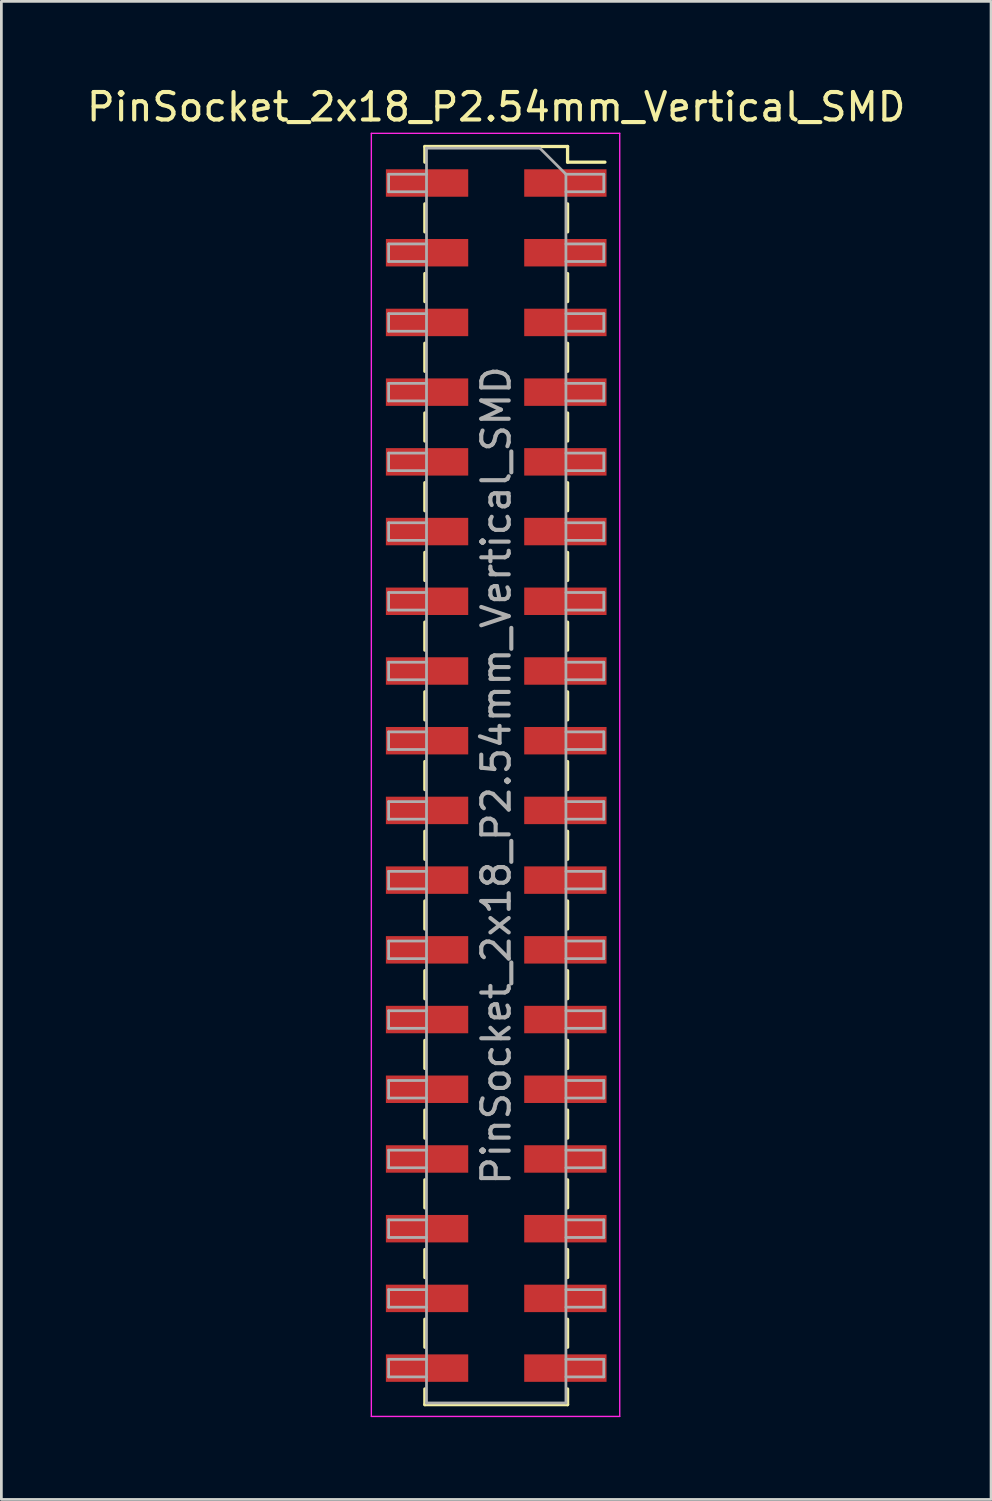
<source format=kicad_pcb>
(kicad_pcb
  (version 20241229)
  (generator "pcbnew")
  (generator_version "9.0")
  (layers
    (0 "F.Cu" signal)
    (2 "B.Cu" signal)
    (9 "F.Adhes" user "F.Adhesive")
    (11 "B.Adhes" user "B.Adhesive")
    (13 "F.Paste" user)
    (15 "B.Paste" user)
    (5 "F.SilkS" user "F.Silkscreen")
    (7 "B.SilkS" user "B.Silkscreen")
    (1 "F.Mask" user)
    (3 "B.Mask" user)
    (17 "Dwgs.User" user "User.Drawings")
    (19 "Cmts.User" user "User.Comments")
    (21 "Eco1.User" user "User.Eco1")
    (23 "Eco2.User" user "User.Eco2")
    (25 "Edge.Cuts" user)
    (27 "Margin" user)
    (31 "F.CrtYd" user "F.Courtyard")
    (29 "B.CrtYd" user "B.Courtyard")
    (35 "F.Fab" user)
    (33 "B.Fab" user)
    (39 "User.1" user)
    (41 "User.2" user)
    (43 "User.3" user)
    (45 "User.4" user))
  (footprint "PinSocket_2x18_P2.54mm_Vertical_SMD"
    (layer "F.Cu")
    (at 15.03 25.208)
    (property "Reference" "PinSocket_2x18_P2.54mm_Vertical_SMD" (at 0 -24.36 0) (layer "F.SilkS") (effects (font (size 1 1) (thickness 0.15))))
    (attr smd)
    (fp_line (start -2.6 -22.92) (end -2.6 -22.35) (stroke (width 0.12) (type solid)) (layer "F.SilkS"))
    (fp_line (start -2.6 -22.92) (end 2.6 -22.92) (stroke (width 0.12) (type solid)) (layer "F.SilkS"))
    (fp_line (start -2.6 -20.83) (end -2.6 -19.81) (stroke (width 0.12) (type solid)) (layer "F.SilkS"))
    (fp_line (start -2.6 -18.29) (end -2.6 -17.27) (stroke (width 0.12) (type solid)) (layer "F.SilkS"))
    (fp_line (start -2.6 -15.75) (end -2.6 -14.73) (stroke (width 0.12) (type solid)) (layer "F.SilkS"))
    (fp_line (start -2.6 -13.21) (end -2.6 -12.19) (stroke (width 0.12) (type solid)) (layer "F.SilkS"))
    (fp_line (start -2.6 -10.67) (end -2.6 -9.65) (stroke (width 0.12) (type solid)) (layer "F.SilkS"))
    (fp_line (start -2.6 -8.13) (end -2.6 -7.11) (stroke (width 0.12) (type solid)) (layer "F.SilkS"))
    (fp_line (start -2.6 -5.59) (end -2.6 -4.57) (stroke (width 0.12) (type solid)) (layer "F.SilkS"))
    (fp_line (start -2.6 -3.05) (end -2.6 -2.03) (stroke (width 0.12) (type solid)) (layer "F.SilkS"))
    (fp_line (start -2.6 -0.51) (end -2.6 0.51) (stroke (width 0.12) (type solid)) (layer "F.SilkS"))
    (fp_line (start -2.6 2.03) (end -2.6 3.05) (stroke (width 0.12) (type solid)) (layer "F.SilkS"))
    (fp_line (start -2.6 4.57) (end -2.6 5.59) (stroke (width 0.12) (type solid)) (layer "F.SilkS"))
    (fp_line (start -2.6 7.11) (end -2.6 8.13) (stroke (width 0.12) (type solid)) (layer "F.SilkS"))
    (fp_line (start -2.6 9.65) (end -2.6 10.67) (stroke (width 0.12) (type solid)) (layer "F.SilkS"))
    (fp_line (start -2.6 12.19) (end -2.6 13.21) (stroke (width 0.12) (type solid)) (layer "F.SilkS"))
    (fp_line (start -2.6 14.73) (end -2.6 15.75) (stroke (width 0.12) (type solid)) (layer "F.SilkS"))
    (fp_line (start -2.6 17.27) (end -2.6 18.29) (stroke (width 0.12) (type solid)) (layer "F.SilkS"))
    (fp_line (start -2.6 19.81) (end -2.6 20.83) (stroke (width 0.12) (type solid)) (layer "F.SilkS"))
    (fp_line (start -2.6 22.35) (end -2.6 22.92) (stroke (width 0.12) (type solid)) (layer "F.SilkS"))
    (fp_line (start -2.6 22.92) (end 2.6 22.92) (stroke (width 0.12) (type solid)) (layer "F.SilkS"))
    (fp_line (start 2.6 -22.92) (end 2.6 -22.35) (stroke (width 0.12) (type solid)) (layer "F.SilkS"))
    (fp_line (start 2.6 -22.35) (end 3.96 -22.35) (stroke (width 0.12) (type solid)) (layer "F.SilkS"))
    (fp_line (start 2.6 -20.83) (end 2.6 -19.81) (stroke (width 0.12) (type solid)) (layer "F.SilkS"))
    (fp_line (start 2.6 -18.29) (end 2.6 -17.27) (stroke (width 0.12) (type solid)) (layer "F.SilkS"))
    (fp_line (start 2.6 -15.75) (end 2.6 -14.73) (stroke (width 0.12) (type solid)) (layer "F.SilkS"))
    (fp_line (start 2.6 -13.21) (end 2.6 -12.19) (stroke (width 0.12) (type solid)) (layer "F.SilkS"))
    (fp_line (start 2.6 -10.67) (end 2.6 -9.65) (stroke (width 0.12) (type solid)) (layer "F.SilkS"))
    (fp_line (start 2.6 -8.13) (end 2.6 -7.11) (stroke (width 0.12) (type solid)) (layer "F.SilkS"))
    (fp_line (start 2.6 -5.59) (end 2.6 -4.57) (stroke (width 0.12) (type solid)) (layer "F.SilkS"))
    (fp_line (start 2.6 -3.05) (end 2.6 -2.03) (stroke (width 0.12) (type solid)) (layer "F.SilkS"))
    (fp_line (start 2.6 -0.51) (end 2.6 0.51) (stroke (width 0.12) (type solid)) (layer "F.SilkS"))
    (fp_line (start 2.6 2.03) (end 2.6 3.05) (stroke (width 0.12) (type solid)) (layer "F.SilkS"))
    (fp_line (start 2.6 4.57) (end 2.6 5.59) (stroke (width 0.12) (type solid)) (layer "F.SilkS"))
    (fp_line (start 2.6 7.11) (end 2.6 8.13) (stroke (width 0.12) (type solid)) (layer "F.SilkS"))
    (fp_line (start 2.6 9.65) (end 2.6 10.67) (stroke (width 0.12) (type solid)) (layer "F.SilkS"))
    (fp_line (start 2.6 12.19) (end 2.6 13.21) (stroke (width 0.12) (type solid)) (layer "F.SilkS"))
    (fp_line (start 2.6 14.73) (end 2.6 15.75) (stroke (width 0.12) (type solid)) (layer "F.SilkS"))
    (fp_line (start 2.6 17.27) (end 2.6 18.29) (stroke (width 0.12) (type solid)) (layer "F.SilkS"))
    (fp_line (start 2.6 19.81) (end 2.6 20.83) (stroke (width 0.12) (type solid)) (layer "F.SilkS"))
    (fp_line (start 2.6 22.35) (end 2.6 22.92) (stroke (width 0.12) (type solid)) (layer "F.SilkS"))
    (fp_line (start -4.55 -23.4) (end 4.5 -23.4) (stroke (width 0.05) (type solid)) (layer "F.CrtYd"))
    (fp_line (start -4.55 23.35) (end -4.55 -23.4) (stroke (width 0.05) (type solid)) (layer "F.CrtYd"))
    (fp_line (start 4.5 -23.4) (end 4.5 23.35) (stroke (width 0.05) (type solid)) (layer "F.CrtYd"))
    (fp_line (start 4.5 23.35) (end -4.55 23.35) (stroke (width 0.05) (type solid)) (layer "F.CrtYd"))
    (fp_line (start -3.92 -21.91) (end -2.54 -21.91) (stroke (width 0.1) (type solid)) (layer "F.Fab"))
    (fp_line (start -3.92 -21.27) (end -3.92 -21.91) (stroke (width 0.1) (type solid)) (layer "F.Fab"))
    (fp_line (start -3.92 -19.37) (end -2.54 -19.37) (stroke (width 0.1) (type solid)) (layer "F.Fab"))
    (fp_line (start -3.92 -18.73) (end -3.92 -19.37) (stroke (width 0.1) (type solid)) (layer "F.Fab"))
    (fp_line (start -3.92 -16.83) (end -2.54 -16.83) (stroke (width 0.1) (type solid)) (layer "F.Fab"))
    (fp_line (start -3.92 -16.19) (end -3.92 -16.83) (stroke (width 0.1) (type solid)) (layer "F.Fab"))
    (fp_line (start -3.92 -14.29) (end -2.54 -14.29) (stroke (width 0.1) (type solid)) (layer "F.Fab"))
    (fp_line (start -3.92 -13.65) (end -3.92 -14.29) (stroke (width 0.1) (type solid)) (layer "F.Fab"))
    (fp_line (start -3.92 -11.75) (end -2.54 -11.75) (stroke (width 0.1) (type solid)) (layer "F.Fab"))
    (fp_line (start -3.92 -11.11) (end -3.92 -11.75) (stroke (width 0.1) (type solid)) (layer "F.Fab"))
    (fp_line (start -3.92 -9.21) (end -2.54 -9.21) (stroke (width 0.1) (type solid)) (layer "F.Fab"))
    (fp_line (start -3.92 -8.57) (end -3.92 -9.21) (stroke (width 0.1) (type solid)) (layer "F.Fab"))
    (fp_line (start -3.92 -6.67) (end -2.54 -6.67) (stroke (width 0.1) (type solid)) (layer "F.Fab"))
    (fp_line (start -3.92 -6.03) (end -3.92 -6.67) (stroke (width 0.1) (type solid)) (layer "F.Fab"))
    (fp_line (start -3.92 -4.13) (end -2.54 -4.13) (stroke (width 0.1) (type solid)) (layer "F.Fab"))
    (fp_line (start -3.92 -3.49) (end -3.92 -4.13) (stroke (width 0.1) (type solid)) (layer "F.Fab"))
    (fp_line (start -3.92 -1.59) (end -2.54 -1.59) (stroke (width 0.1) (type solid)) (layer "F.Fab"))
    (fp_line (start -3.92 -0.95) (end -3.92 -1.59) (stroke (width 0.1) (type solid)) (layer "F.Fab"))
    (fp_line (start -3.92 0.95) (end -2.54 0.95) (stroke (width 0.1) (type solid)) (layer "F.Fab"))
    (fp_line (start -3.92 1.59) (end -3.92 0.95) (stroke (width 0.1) (type solid)) (layer "F.Fab"))
    (fp_line (start -3.92 3.49) (end -2.54 3.49) (stroke (width 0.1) (type solid)) (layer "F.Fab"))
    (fp_line (start -3.92 4.13) (end -3.92 3.49) (stroke (width 0.1) (type solid)) (layer "F.Fab"))
    (fp_line (start -3.92 6.03) (end -2.54 6.03) (stroke (width 0.1) (type solid)) (layer "F.Fab"))
    (fp_line (start -3.92 6.67) (end -3.92 6.03) (stroke (width 0.1) (type solid)) (layer "F.Fab"))
    (fp_line (start -3.92 8.57) (end -2.54 8.57) (stroke (width 0.1) (type solid)) (layer "F.Fab"))
    (fp_line (start -3.92 9.21) (end -3.92 8.57) (stroke (width 0.1) (type solid)) (layer "F.Fab"))
    (fp_line (start -3.92 11.11) (end -2.54 11.11) (stroke (width 0.1) (type solid)) (layer "F.Fab"))
    (fp_line (start -3.92 11.75) (end -3.92 11.11) (stroke (width 0.1) (type solid)) (layer "F.Fab"))
    (fp_line (start -3.92 13.65) (end -2.54 13.65) (stroke (width 0.1) (type solid)) (layer "F.Fab"))
    (fp_line (start -3.92 14.29) (end -3.92 13.65) (stroke (width 0.1) (type solid)) (layer "F.Fab"))
    (fp_line (start -3.92 16.19) (end -2.54 16.19) (stroke (width 0.1) (type solid)) (layer "F.Fab"))
    (fp_line (start -3.92 16.83) (end -3.92 16.19) (stroke (width 0.1) (type solid)) (layer "F.Fab"))
    (fp_line (start -3.92 18.73) (end -2.54 18.73) (stroke (width 0.1) (type solid)) (layer "F.Fab"))
    (fp_line (start -3.92 19.37) (end -3.92 18.73) (stroke (width 0.1) (type solid)) (layer "F.Fab"))
    (fp_line (start -3.92 21.27) (end -2.54 21.27) (stroke (width 0.1) (type solid)) (layer "F.Fab"))
    (fp_line (start -3.92 21.91) (end -3.92 21.27) (stroke (width 0.1) (type solid)) (layer "F.Fab"))
    (fp_line (start -2.54 -22.86) (end 1.59 -22.86) (stroke (width 0.1) (type solid)) (layer "F.Fab"))
    (fp_line (start -2.54 -21.27) (end -3.92 -21.27) (stroke (width 0.1) (type solid)) (layer "F.Fab"))
    (fp_line (start -2.54 -18.73) (end -3.92 -18.73) (stroke (width 0.1) (type solid)) (layer "F.Fab"))
    (fp_line (start -2.54 -16.19) (end -3.92 -16.19) (stroke (width 0.1) (type solid)) (layer "F.Fab"))
    (fp_line (start -2.54 -13.65) (end -3.92 -13.65) (stroke (width 0.1) (type solid)) (layer "F.Fab"))
    (fp_line (start -2.54 -11.11) (end -3.92 -11.11) (stroke (width 0.1) (type solid)) (layer "F.Fab"))
    (fp_line (start -2.54 -8.57) (end -3.92 -8.57) (stroke (width 0.1) (type solid)) (layer "F.Fab"))
    (fp_line (start -2.54 -6.03) (end -3.92 -6.03) (stroke (width 0.1) (type solid)) (layer "F.Fab"))
    (fp_line (start -2.54 -3.49) (end -3.92 -3.49) (stroke (width 0.1) (type solid)) (layer "F.Fab"))
    (fp_line (start -2.54 -0.95) (end -3.92 -0.95) (stroke (width 0.1) (type solid)) (layer "F.Fab"))
    (fp_line (start -2.54 1.59) (end -3.92 1.59) (stroke (width 0.1) (type solid)) (layer "F.Fab"))
    (fp_line (start -2.54 4.13) (end -3.92 4.13) (stroke (width 0.1) (type solid)) (layer "F.Fab"))
    (fp_line (start -2.54 6.67) (end -3.92 6.67) (stroke (width 0.1) (type solid)) (layer "F.Fab"))
    (fp_line (start -2.54 9.21) (end -3.92 9.21) (stroke (width 0.1) (type solid)) (layer "F.Fab"))
    (fp_line (start -2.54 11.75) (end -3.92 11.75) (stroke (width 0.1) (type solid)) (layer "F.Fab"))
    (fp_line (start -2.54 14.29) (end -3.92 14.29) (stroke (width 0.1) (type solid)) (layer "F.Fab"))
    (fp_line (start -2.54 16.83) (end -3.92 16.83) (stroke (width 0.1) (type solid)) (layer "F.Fab"))
    (fp_line (start -2.54 19.37) (end -3.92 19.37) (stroke (width 0.1) (type solid)) (layer "F.Fab"))
    (fp_line (start -2.54 21.91) (end -3.92 21.91) (stroke (width 0.1) (type solid)) (layer "F.Fab"))
    (fp_line (start -2.54 22.86) (end -2.54 -22.86) (stroke (width 0.1) (type solid)) (layer "F.Fab"))
    (fp_line (start 1.59 -22.86) (end 2.54 -21.91) (stroke (width 0.1) (type solid)) (layer "F.Fab"))
    (fp_line (start 2.54 -21.91) (end 2.54 22.86) (stroke (width 0.1) (type solid)) (layer "F.Fab"))
    (fp_line (start 2.54 -21.91) (end 3.92 -21.91) (stroke (width 0.1) (type solid)) (layer "F.Fab"))
    (fp_line (start 2.54 -19.37) (end 3.92 -19.37) (stroke (width 0.1) (type solid)) (layer "F.Fab"))
    (fp_line (start 2.54 -16.83) (end 3.92 -16.83) (stroke (width 0.1) (type solid)) (layer "F.Fab"))
    (fp_line (start 2.54 -14.29) (end 3.92 -14.29) (stroke (width 0.1) (type solid)) (layer "F.Fab"))
    (fp_line (start 2.54 -11.75) (end 3.92 -11.75) (stroke (width 0.1) (type solid)) (layer "F.Fab"))
    (fp_line (start 2.54 -9.21) (end 3.92 -9.21) (stroke (width 0.1) (type solid)) (layer "F.Fab"))
    (fp_line (start 2.54 -6.67) (end 3.92 -6.67) (stroke (width 0.1) (type solid)) (layer "F.Fab"))
    (fp_line (start 2.54 -4.13) (end 3.92 -4.13) (stroke (width 0.1) (type solid)) (layer "F.Fab"))
    (fp_line (start 2.54 -1.59) (end 3.92 -1.59) (stroke (width 0.1) (type solid)) (layer "F.Fab"))
    (fp_line (start 2.54 0.95) (end 3.92 0.95) (stroke (width 0.1) (type solid)) (layer "F.Fab"))
    (fp_line (start 2.54 3.49) (end 3.92 3.49) (stroke (width 0.1) (type solid)) (layer "F.Fab"))
    (fp_line (start 2.54 6.03) (end 3.92 6.03) (stroke (width 0.1) (type solid)) (layer "F.Fab"))
    (fp_line (start 2.54 8.57) (end 3.92 8.57) (stroke (width 0.1) (type solid)) (layer "F.Fab"))
    (fp_line (start 2.54 11.11) (end 3.92 11.11) (stroke (width 0.1) (type solid)) (layer "F.Fab"))
    (fp_line (start 2.54 13.65) (end 3.92 13.65) (stroke (width 0.1) (type solid)) (layer "F.Fab"))
    (fp_line (start 2.54 16.19) (end 3.92 16.19) (stroke (width 0.1) (type solid)) (layer "F.Fab"))
    (fp_line (start 2.54 18.73) (end 3.92 18.73) (stroke (width 0.1) (type solid)) (layer "F.Fab"))
    (fp_line (start 2.54 21.27) (end 3.92 21.27) (stroke (width 0.1) (type solid)) (layer "F.Fab"))
    (fp_line (start 2.54 22.86) (end -2.54 22.86) (stroke (width 0.1) (type solid)) (layer "F.Fab"))
    (fp_line (start 3.92 -21.91) (end 3.92 -21.27) (stroke (width 0.1) (type solid)) (layer "F.Fab"))
    (fp_line (start 3.92 -21.27) (end 2.54 -21.27) (stroke (width 0.1) (type solid)) (layer "F.Fab"))
    (fp_line (start 3.92 -19.37) (end 3.92 -18.73) (stroke (width 0.1) (type solid)) (layer "F.Fab"))
    (fp_line (start 3.92 -18.73) (end 2.54 -18.73) (stroke (width 0.1) (type solid)) (layer "F.Fab"))
    (fp_line (start 3.92 -16.83) (end 3.92 -16.19) (stroke (width 0.1) (type solid)) (layer "F.Fab"))
    (fp_line (start 3.92 -16.19) (end 2.54 -16.19) (stroke (width 0.1) (type solid)) (layer "F.Fab"))
    (fp_line (start 3.92 -14.29) (end 3.92 -13.65) (stroke (width 0.1) (type solid)) (layer "F.Fab"))
    (fp_line (start 3.92 -13.65) (end 2.54 -13.65) (stroke (width 0.1) (type solid)) (layer "F.Fab"))
    (fp_line (start 3.92 -11.75) (end 3.92 -11.11) (stroke (width 0.1) (type solid)) (layer "F.Fab"))
    (fp_line (start 3.92 -11.11) (end 2.54 -11.11) (stroke (width 0.1) (type solid)) (layer "F.Fab"))
    (fp_line (start 3.92 -9.21) (end 3.92 -8.57) (stroke (width 0.1) (type solid)) (layer "F.Fab"))
    (fp_line (start 3.92 -8.57) (end 2.54 -8.57) (stroke (width 0.1) (type solid)) (layer "F.Fab"))
    (fp_line (start 3.92 -6.67) (end 3.92 -6.03) (stroke (width 0.1) (type solid)) (layer "F.Fab"))
    (fp_line (start 3.92 -6.03) (end 2.54 -6.03) (stroke (width 0.1) (type solid)) (layer "F.Fab"))
    (fp_line (start 3.92 -4.13) (end 3.92 -3.49) (stroke (width 0.1) (type solid)) (layer "F.Fab"))
    (fp_line (start 3.92 -3.49) (end 2.54 -3.49) (stroke (width 0.1) (type solid)) (layer "F.Fab"))
    (fp_line (start 3.92 -1.59) (end 3.92 -0.95) (stroke (width 0.1) (type solid)) (layer "F.Fab"))
    (fp_line (start 3.92 -0.95) (end 2.54 -0.95) (stroke (width 0.1) (type solid)) (layer "F.Fab"))
    (fp_line (start 3.92 0.95) (end 3.92 1.59) (stroke (width 0.1) (type solid)) (layer "F.Fab"))
    (fp_line (start 3.92 1.59) (end 2.54 1.59) (stroke (width 0.1) (type solid)) (layer "F.Fab"))
    (fp_line (start 3.92 3.49) (end 3.92 4.13) (stroke (width 0.1) (type solid)) (layer "F.Fab"))
    (fp_line (start 3.92 4.13) (end 2.54 4.13) (stroke (width 0.1) (type solid)) (layer "F.Fab"))
    (fp_line (start 3.92 6.03) (end 3.92 6.67) (stroke (width 0.1) (type solid)) (layer "F.Fab"))
    (fp_line (start 3.92 6.67) (end 2.54 6.67) (stroke (width 0.1) (type solid)) (layer "F.Fab"))
    (fp_line (start 3.92 8.57) (end 3.92 9.21) (stroke (width 0.1) (type solid)) (layer "F.Fab"))
    (fp_line (start 3.92 9.21) (end 2.54 9.21) (stroke (width 0.1) (type solid)) (layer "F.Fab"))
    (fp_line (start 3.92 11.11) (end 3.92 11.75) (stroke (width 0.1) (type solid)) (layer "F.Fab"))
    (fp_line (start 3.92 11.75) (end 2.54 11.75) (stroke (width 0.1) (type solid)) (layer "F.Fab"))
    (fp_line (start 3.92 13.65) (end 3.92 14.29) (stroke (width 0.1) (type solid)) (layer "F.Fab"))
    (fp_line (start 3.92 14.29) (end 2.54 14.29) (stroke (width 0.1) (type solid)) (layer "F.Fab"))
    (fp_line (start 3.92 16.19) (end 3.92 16.83) (stroke (width 0.1) (type solid)) (layer "F.Fab"))
    (fp_line (start 3.92 16.83) (end 2.54 16.83) (stroke (width 0.1) (type solid)) (layer "F.Fab"))
    (fp_line (start 3.92 18.73) (end 3.92 19.37) (stroke (width 0.1) (type solid)) (layer "F.Fab"))
    (fp_line (start 3.92 19.37) (end 2.54 19.37) (stroke (width 0.1) (type solid)) (layer "F.Fab"))
    (fp_line (start 3.92 21.27) (end 3.92 21.91) (stroke (width 0.1) (type solid)) (layer "F.Fab"))
    (fp_line (start 3.92 21.91) (end 2.54 21.91) (stroke (width 0.1) (type solid)) (layer "F.Fab"))
    (fp_text user "${REFERENCE}" (at 0 0 90) (layer "F.Fab") (effects (font (size 1 1) (thickness 0.15))))
    (pad "1" smd rect (at 2.52 -21.59) (size 3 1) (layers "F.Cu" "F.Mask" "F.Paste"))
    (pad "2" smd rect (at -2.52 -21.59) (size 3 1) (layers "F.Cu" "F.Mask" "F.Paste"))
    (pad "3" smd rect (at 2.52 -19.05) (size 3 1) (layers "F.Cu" "F.Mask" "F.Paste"))
    (pad "4" smd rect (at -2.52 -19.05) (size 3 1) (layers "F.Cu" "F.Mask" "F.Paste"))
    (pad "5" smd rect (at 2.52 -16.51) (size 3 1) (layers "F.Cu" "F.Mask" "F.Paste"))
    (pad "6" smd rect (at -2.52 -16.51) (size 3 1) (layers "F.Cu" "F.Mask" "F.Paste"))
    (pad "7" smd rect (at 2.52 -13.97) (size 3 1) (layers "F.Cu" "F.Mask" "F.Paste"))
    (pad "8" smd rect (at -2.52 -13.97) (size 3 1) (layers "F.Cu" "F.Mask" "F.Paste"))
    (pad "9" smd rect (at 2.52 -11.43) (size 3 1) (layers "F.Cu" "F.Mask" "F.Paste"))
    (pad "10" smd rect (at -2.52 -11.43) (size 3 1) (layers "F.Cu" "F.Mask" "F.Paste"))
    (pad "11" smd rect (at 2.52 -8.89) (size 3 1) (layers "F.Cu" "F.Mask" "F.Paste"))
    (pad "12" smd rect (at -2.52 -8.89) (size 3 1) (layers "F.Cu" "F.Mask" "F.Paste"))
    (pad "13" smd rect (at 2.52 -6.35) (size 3 1) (layers "F.Cu" "F.Mask" "F.Paste"))
    (pad "14" smd rect (at -2.52 -6.35) (size 3 1) (layers "F.Cu" "F.Mask" "F.Paste"))
    (pad "15" smd rect (at 2.52 -3.81) (size 3 1) (layers "F.Cu" "F.Mask" "F.Paste"))
    (pad "16" smd rect (at -2.52 -3.81) (size 3 1) (layers "F.Cu" "F.Mask" "F.Paste"))
    (pad "17" smd rect (at 2.52 -1.27) (size 3 1) (layers "F.Cu" "F.Mask" "F.Paste"))
    (pad "18" smd rect (at -2.52 -1.27) (size 3 1) (layers "F.Cu" "F.Mask" "F.Paste"))
    (pad "19" smd rect (at 2.52 1.27) (size 3 1) (layers "F.Cu" "F.Mask" "F.Paste"))
    (pad "20" smd rect (at -2.52 1.27) (size 3 1) (layers "F.Cu" "F.Mask" "F.Paste"))
    (pad "21" smd rect (at 2.52 3.81) (size 3 1) (layers "F.Cu" "F.Mask" "F.Paste"))
    (pad "22" smd rect (at -2.52 3.81) (size 3 1) (layers "F.Cu" "F.Mask" "F.Paste"))
    (pad "23" smd rect (at 2.52 6.35) (size 3 1) (layers "F.Cu" "F.Mask" "F.Paste"))
    (pad "24" smd rect (at -2.52 6.35) (size 3 1) (layers "F.Cu" "F.Mask" "F.Paste"))
    (pad "25" smd rect (at 2.52 8.89) (size 3 1) (layers "F.Cu" "F.Mask" "F.Paste"))
    (pad "26" smd rect (at -2.52 8.89) (size 3 1) (layers "F.Cu" "F.Mask" "F.Paste"))
    (pad "27" smd rect (at 2.52 11.43) (size 3 1) (layers "F.Cu" "F.Mask" "F.Paste"))
    (pad "28" smd rect (at -2.52 11.43) (size 3 1) (layers "F.Cu" "F.Mask" "F.Paste"))
    (pad "29" smd rect (at 2.52 13.97) (size 3 1) (layers "F.Cu" "F.Mask" "F.Paste"))
    (pad "30" smd rect (at -2.52 13.97) (size 3 1) (layers "F.Cu" "F.Mask" "F.Paste"))
    (pad "31" smd rect (at 2.52 16.51) (size 3 1) (layers "F.Cu" "F.Mask" "F.Paste"))
    (pad "32" smd rect (at -2.52 16.51) (size 3 1) (layers "F.Cu" "F.Mask" "F.Paste"))
    (pad "33" smd rect (at 2.52 19.05) (size 3 1) (layers "F.Cu" "F.Mask" "F.Paste"))
    (pad "34" smd rect (at -2.52 19.05) (size 3 1) (layers "F.Cu" "F.Mask" "F.Paste"))
    (pad "35" smd rect (at 2.52 21.59) (size 3 1) (layers "F.Cu" "F.Mask" "F.Paste"))
    (pad "36" smd rect (at -2.52 21.59) (size 3 1) (layers "F.Cu" "F.Mask" "F.Paste")))
  (gr_rect
    (start -3 -3)
    (end 33.06 51.583)
    (stroke (width 0.1) (type default))
    (fill no)
    (layer "Edge.Cuts")))
</source>
